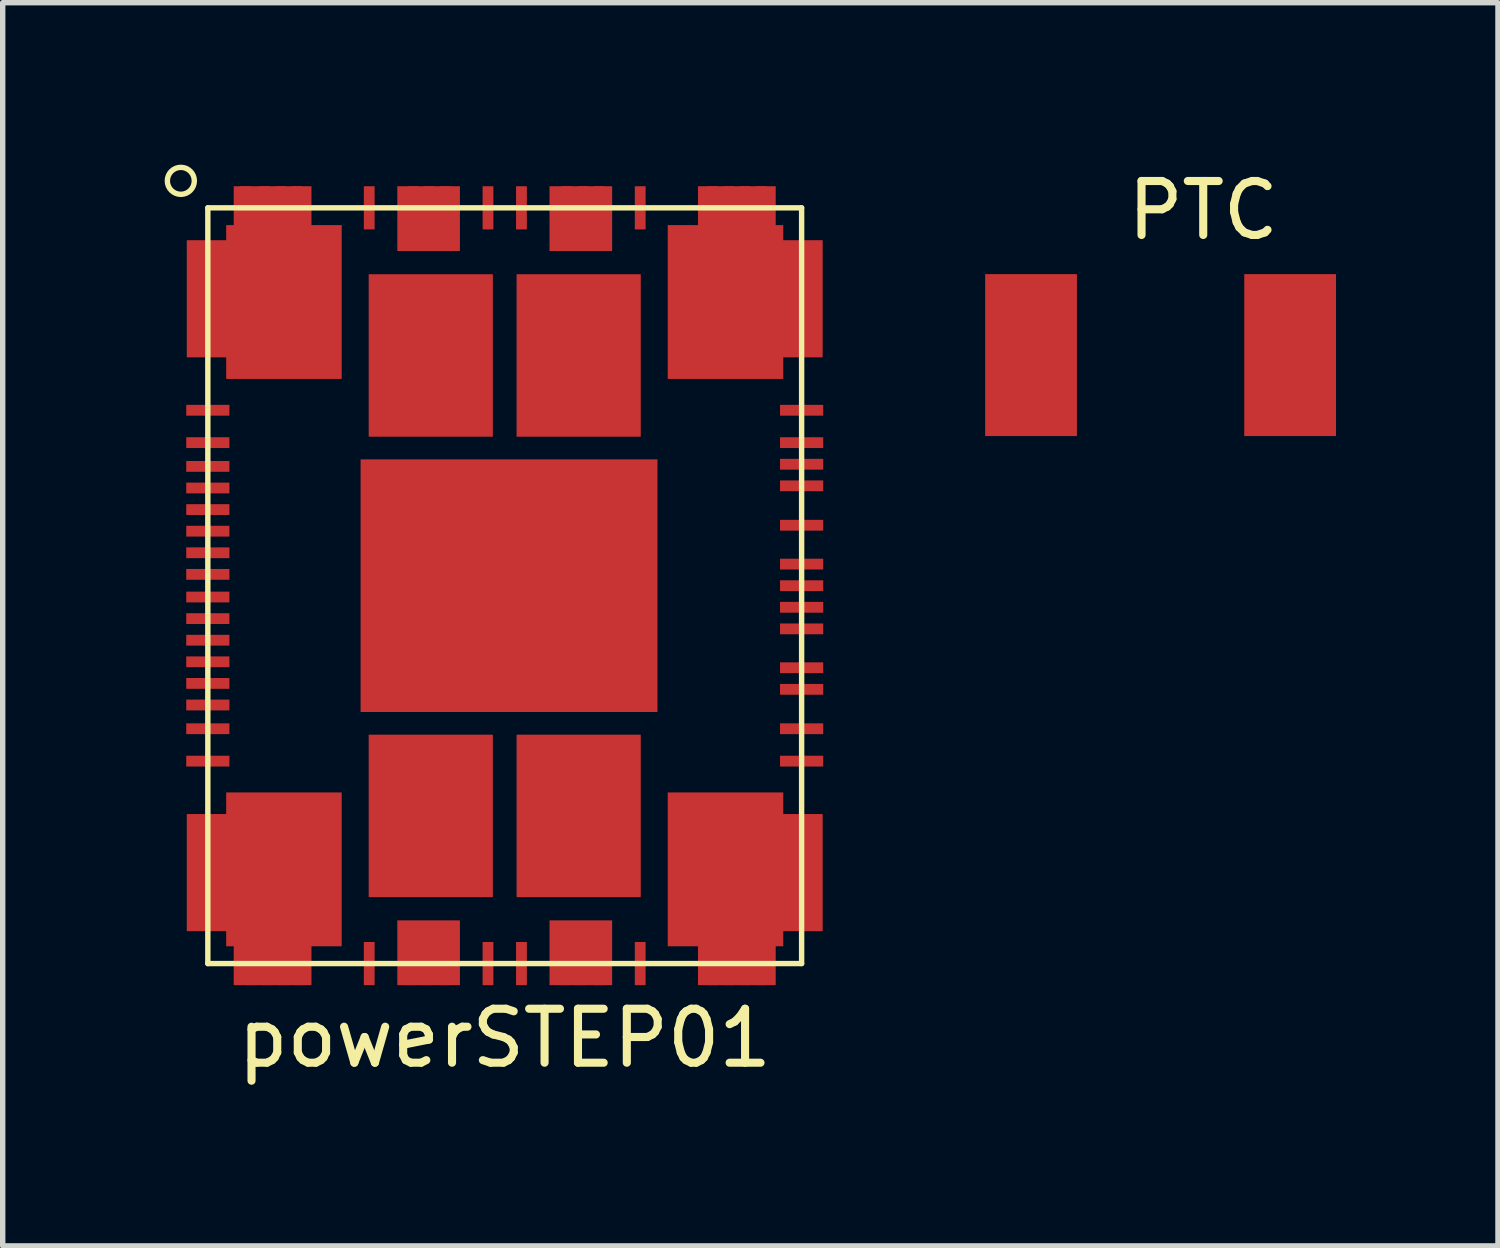
<source format=kicad_pcb>
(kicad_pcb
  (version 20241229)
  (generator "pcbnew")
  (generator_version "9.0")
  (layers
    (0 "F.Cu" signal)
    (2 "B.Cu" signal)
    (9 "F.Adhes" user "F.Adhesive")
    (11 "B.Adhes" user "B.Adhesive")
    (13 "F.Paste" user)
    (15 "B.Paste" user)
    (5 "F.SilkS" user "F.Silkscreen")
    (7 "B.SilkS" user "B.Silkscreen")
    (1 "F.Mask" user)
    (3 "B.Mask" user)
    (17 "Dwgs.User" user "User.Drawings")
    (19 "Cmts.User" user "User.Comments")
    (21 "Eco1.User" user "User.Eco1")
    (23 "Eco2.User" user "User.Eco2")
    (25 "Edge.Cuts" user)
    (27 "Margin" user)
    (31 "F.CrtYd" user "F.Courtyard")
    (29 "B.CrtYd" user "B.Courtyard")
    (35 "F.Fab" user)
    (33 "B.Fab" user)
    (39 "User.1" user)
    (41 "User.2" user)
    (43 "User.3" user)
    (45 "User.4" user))
  (footprint "powerSTEP01"
    (layer "F.Cu")
    (at 6.3 7.8)
    (property "Reference" "powerSTEP01" (at 0 8.382 0) (layer "F.SilkS") (effects (font (size 1 1) (thickness 0.15))))
    (attr through_hole)
    (fp_line (start -5.5 -7) (end 5.5 -7) (stroke (width 0.1) (type solid)) (layer "F.SilkS"))
    (fp_line (start -5.5 7) (end -5.5 -7) (stroke (width 0.1) (type solid)) (layer "F.SilkS"))
    (fp_line (start 5.5 -7) (end 5.5 7) (stroke (width 0.1) (type solid)) (layer "F.SilkS"))
    (fp_line (start 5.5 7) (end -5.5 7) (stroke (width 0.1) (type solid)) (layer "F.SilkS"))
    (fp_circle (center -6 -7.5) (end -5.75 -7.5) (stroke (width 0.1) (type solid)) (fill no) (layer "F.SilkS"))
    (pad "1" smd rect (at -5.45 -6.05) (size 0.8 0.2) (layers "F.Cu" "F.Mask"))
    (pad "2" smd rect (at -5.45 -5.75) (size 0.8 0.2) (layers "F.Cu" "F.Mask"))
    (pad "3" smd rect (at -5.45 -5.45) (size 0.8 0.2) (layers "F.Cu" "F.Mask"))
    (pad "4" smd rect (at -5.45 -5.15) (size 0.8 0.2) (layers "F.Cu" "F.Mask"))
    (pad "5" smd rect (at -5.45 -4.85) (size 0.8 0.2) (layers "F.Cu" "F.Mask"))
    (pad "6" smd rect (at -5.45 -4.55) (size 0.8 0.2) (layers "F.Cu" "F.Mask"))
    (pad "7" smd rect (at -5.5 -3.25) (size 0.8 0.2) (layers "F.Cu" "F.Mask" "F.Paste"))
    (pad "8" smd rect (at -5.5 -2.65) (size 0.8 0.2) (layers "F.Cu" "F.Mask" "F.Paste"))
    (pad "9" smd rect (at -5.5 -2.21) (size 0.8 0.2) (layers "F.Cu" "F.Mask" "F.Paste"))
    (pad "10" smd rect (at -5.5 -1.81) (size 0.8 0.2) (layers "F.Cu" "F.Mask" "F.Paste"))
    (pad "11" smd rect (at -5.5 -1.41) (size 0.8 0.2) (layers "F.Cu" "F.Mask" "F.Paste"))
    (pad "12" smd rect (at -5.5 -1.01) (size 0.8 0.2) (layers "F.Cu" "F.Mask" "F.Paste"))
    (pad "13" smd rect (at -5.5 -0.61) (size 0.8 0.2) (layers "F.Cu" "F.Mask" "F.Paste"))
    (pad "14" smd rect (at -5.5 -0.21) (size 0.8 0.2) (layers "F.Cu" "F.Mask" "F.Paste"))
    (pad "15" smd rect (at -5.5 0.21) (size 0.8 0.2) (layers "F.Cu" "F.Mask" "F.Paste"))
    (pad "16" smd rect (at -5.5 0.61) (size 0.8 0.2) (layers "F.Cu" "F.Mask" "F.Paste"))
    (pad "17" smd rect (at -5.5 1.01) (size 0.8 0.2) (layers "F.Cu" "F.Mask" "F.Paste"))
    (pad "18" smd rect (at -5.5 1.41) (size 0.8 0.2) (layers "F.Cu" "F.Mask" "F.Paste"))
    (pad "19" smd rect (at -5.5 1.81) (size 0.8 0.2) (layers "F.Cu" "F.Mask" "F.Paste"))
    (pad "20" smd rect (at -5.5 2.21) (size 0.8 0.2) (layers "F.Cu" "F.Mask" "F.Paste"))
    (pad "21" smd rect (at -5.5 2.65) (size 0.8 0.2) (layers "F.Cu" "F.Mask" "F.Paste"))
    (pad "22" smd rect (at -5.5 3.25) (size 0.8 0.2) (layers "F.Cu" "F.Mask" "F.Paste"))
    (pad "23" smd rect (at -5.45 4.55) (size 0.8 0.2) (layers "F.Cu" "F.Mask"))
    (pad "24" smd rect (at -5.45 4.85) (size 0.8 0.2) (layers "F.Cu" "F.Mask"))
    (pad "25" smd rect (at -5.45 5.15) (size 0.8 0.2) (layers "F.Cu" "F.Mask"))
    (pad "26" smd rect (at -5.45 5.45) (size 0.8 0.2) (layers "F.Cu" "F.Mask"))
    (pad "27" smd rect (at -5.45 5.75) (size 0.8 0.2) (layers "F.Cu" "F.Mask"))
    (pad "28" smd rect (at -5.45 6.05) (size 0.8 0.2) (layers "F.Cu" "F.Mask"))
    (pad "29" smd rect (at -4.7 7 90) (size 0.8 0.2) (layers "F.Cu" "F.Mask"))
    (pad "30" smd rect (at -4.4 7 90) (size 0.8 0.2) (layers "F.Cu" "F.Mask"))
    (pad "31" smd rect (at -4.1 7 90) (size 0.8 0.2) (layers "F.Cu" "F.Mask"))
    (pad "32" smd rect (at -3.8 7 90) (size 0.8 0.2) (layers "F.Cu" "F.Mask"))
    (pad "33" smd rect (at -2.51 7) (size 0.2 0.8) (layers "F.Cu" "F.Mask" "F.Paste"))
    (pad "34" smd rect (at -1.75 7 90) (size 0.8 0.2) (layers "F.Cu" "F.Mask"))
    (pad "35" smd rect (at -1.45 7 90) (size 0.8 0.2) (layers "F.Cu" "F.Mask"))
    (pad "36" smd rect (at -1.1 7 90) (size 0.8 0.2) (layers "F.Cu" "F.Mask"))
    (pad "37" smd rect (at -0.31 7) (size 0.2 0.8) (layers "F.Cu" "F.Mask" "F.Paste"))
    (pad "38" smd rect (at 0.31 7) (size 0.2 0.8) (layers "F.Cu" "F.Mask" "F.Paste"))
    (pad "39" smd rect (at 1.1 7 90) (size 0.8 0.2) (layers "F.Cu" "F.Mask"))
    (pad "40" smd rect (at 1.4 7 90) (size 0.8 0.2) (layers "F.Cu" "F.Mask"))
    (pad "41" smd rect (at 1.75 7 90) (size 0.8 0.2) (layers "F.Cu" "F.Mask"))
    (pad "42" smd rect (at 2.51 7) (size 0.2 0.8) (layers "F.Cu" "F.Mask" "F.Paste"))
    (pad "43" smd rect (at 3.85 7 90) (size 0.8 0.2) (layers "F.Cu" "F.Mask"))
    (pad "44" smd rect (at 4.15 7 90) (size 0.8 0.2) (layers "F.Cu" "F.Mask"))
    (pad "45" smd rect (at 4.45 7 90) (size 0.8 0.2) (layers "F.Cu" "F.Mask"))
    (pad "46" smd rect (at 4.75 7 90) (size 0.8 0.2) (layers "F.Cu" "F.Mask"))
    (pad "47" smd rect (at 5.45 6.05) (size 0.8 0.2) (layers "F.Cu" "F.Mask"))
    (pad "48" smd rect (at 5.45 5.75) (size 0.8 0.2) (layers "F.Cu" "F.Mask"))
    (pad "49" smd rect (at 5.45 5.45) (size 0.8 0.2) (layers "F.Cu" "F.Mask"))
    (pad "50" smd rect (at 5.45 5.15) (size 0.8 0.2) (layers "F.Cu" "F.Mask"))
    (pad "51" smd rect (at 5.45 4.85) (size 0.8 0.2) (layers "F.Cu" "F.Mask"))
    (pad "52" smd rect (at 5.45 4.55) (size 0.8 0.2) (layers "F.Cu" "F.Mask"))
    (pad "53" smd rect (at 5.5 3.25) (size 0.8 0.2) (layers "F.Cu" "F.Mask" "F.Paste"))
    (pad "54" smd rect (at 5.5 2.65) (size 0.8 0.2) (layers "F.Cu" "F.Mask" "F.Paste"))
    (pad "55" smd rect (at 5.5 1.92) (size 0.8 0.2) (layers "F.Cu" "F.Mask" "F.Paste"))
    (pad "56" smd rect (at 5.5 1.52) (size 0.8 0.2) (layers "F.Cu" "F.Mask" "F.Paste"))
    (pad "57" smd rect (at 5.5 0.8) (size 0.8 0.2) (layers "F.Cu" "F.Mask" "F.Paste"))
    (pad "58" smd rect (at 5.5 0.4) (size 0.8 0.2) (layers "F.Cu" "F.Mask" "F.Paste"))
    (pad "59" smd rect (at 5.5 0) (size 0.8 0.2) (layers "F.Cu" "F.Mask" "F.Paste"))
    (pad "60" smd rect (at 5.5 -0.4) (size 0.8 0.2) (layers "F.Cu" "F.Mask" "F.Paste"))
    (pad "61" smd rect (at 5.5 -1.12) (size 0.8 0.2) (layers "F.Cu" "F.Mask" "F.Paste"))
    (pad "62" smd rect (at 5.5 -1.85) (size 0.8 0.2) (layers "F.Cu" "F.Mask" "F.Paste"))
    (pad "63" smd rect (at 5.5 -2.25) (size 0.8 0.2) (layers "F.Cu" "F.Mask" "F.Paste"))
    (pad "64" smd rect (at 5.5 -2.65) (size 0.8 0.2) (layers "F.Cu" "F.Mask" "F.Paste"))
    (pad "65" smd rect (at 5.5 -3.25) (size 0.8 0.2) (layers "F.Cu" "F.Mask" "F.Paste"))
    (pad "66" smd rect (at 5.45 -4.55) (size 0.8 0.2) (layers "F.Cu" "F.Mask"))
    (pad "67" smd rect (at 5.45 -4.85) (size 0.8 0.2) (layers "F.Cu" "F.Mask"))
    (pad "68" smd rect (at 5.45 -5.15) (size 0.8 0.2) (layers "F.Cu" "F.Mask"))
    (pad "69" smd rect (at 5.45 -5.45) (size 0.8 0.2) (layers "F.Cu" "F.Mask"))
    (pad "70" smd rect (at 5.45 -5.75) (size 0.8 0.2) (layers "F.Cu" "F.Mask"))
    (pad "71" smd rect (at 5.45 -6.05) (size 0.8 0.2) (layers "F.Cu" "F.Mask"))
    (pad "72" smd rect (at 4.75 -7 90) (size 0.8 0.2) (layers "F.Cu" "F.Mask"))
    (pad "73" smd rect (at 4.45 -7 90) (size 0.8 0.2) (layers "F.Cu" "F.Mask"))
    (pad "74" smd rect (at 4.15 -7 90) (size 0.8 0.2) (layers "F.Cu" "F.Mask"))
    (pad "75" smd rect (at 3.85 -7 90) (size 0.8 0.2) (layers "F.Cu" "F.Mask"))
    (pad "76" smd rect (at 2.51 -7) (size 0.2 0.8) (layers "F.Cu" "F.Mask" "F.Paste"))
    (pad "77" smd rect (at 1.75 -7 90) (size 0.8 0.2) (layers "F.Cu" "F.Mask"))
    (pad "78" smd rect (at 1.45 -7 90) (size 0.8 0.2) (layers "F.Cu" "F.Mask"))
    (pad "79" smd rect (at 1.15 -7 90) (size 0.8 0.2) (layers "F.Cu" "F.Mask"))
    (pad "80" smd rect (at 0.31 -7) (size 0.2 0.8) (layers "F.Cu" "F.Mask" "F.Paste"))
    (pad "81" smd rect (at -0.31 -7) (size 0.2 0.8) (layers "F.Cu" "F.Mask" "F.Paste"))
    (pad "82" smd rect (at -1.1 -7 90) (size 0.8 0.2) (layers "F.Cu" "F.Mask"))
    (pad "83" smd rect (at -1.4 -7 90) (size 0.8 0.2) (layers "F.Cu" "F.Mask"))
    (pad "84" smd rect (at -1.7 -7 90) (size 0.8 0.2) (layers "F.Cu" "F.Mask"))
    (pad "85" smd rect (at -2.51 -7) (size 0.2 0.8) (layers "F.Cu" "F.Mask" "F.Paste"))
    (pad "86" smd rect (at -3.85 -7 90) (size 0.8 0.2) (layers "F.Cu" "F.Mask"))
    (pad "87" smd rect (at -4.15 -7 90) (size 0.8 0.2) (layers "F.Cu" "F.Mask"))
    (pad "88" smd rect (at -4.45 -7 90) (size 0.8 0.2) (layers "F.Cu" "F.Mask"))
    (pad "89" smd rect (at -4.8 -7 90) (size 0.8 0.2) (layers "F.Cu" "F.Mask"))
    (pad "E1" smd custom (at -4.09 -5.255) (size 2.14 2.85) (layers "F.Cu" "F.Mask" "F.Paste") (options (anchor rect)) (primitives (gr_poly (pts (xy -1.8 1.025) (xy -1.8 -1.145) (xy -1.06 -1.145) (xy -1.06 1.025)) (width 0) (fill yes)) (gr_poly (pts (xy -0.93 -2.145) (xy 0.51 -2.145) (xy 0.51 -1.425) (xy -0.93 -1.425)) (width 0) (fill yes))))
    (pad "E2" smd custom (at -4.09 5.255) (size 2.14 2.85) (layers "F.Cu" "F.Mask" "F.Paste") (options (anchor rect)) (primitives (gr_poly (pts (xy -1.8 -1.025) (xy -1.8 1.145) (xy -1.06 1.145) (xy -1.06 -1.025)) (width 0) (fill yes)) (gr_poly (pts (xy -0.93 2.145) (xy 0.51 2.145) (xy 0.51 1.425) (xy -0.93 1.425)) (width 0) (fill yes))))
    (pad "E3" smd rect (at -1.37 4.265) (size 2.3 3.01) (layers "F.Cu" "F.Mask" "F.Paste"))
    (pad "E4" smd rect (at 1.37 4.265) (size 2.3 3.01) (layers "F.Cu" "F.Mask" "F.Paste"))
    (pad "E5" smd custom (at 4.09 5.255) (size 2.14 2.85) (layers "F.Cu" "F.Mask" "F.Paste") (options (anchor rect)) (primitives (gr_poly (pts (xy 1.8 -1.025) (xy 1.8 1.145) (xy 1.06 1.145) (xy 1.06 -1.025)) (width 0) (fill yes)) (gr_poly (pts (xy 0.93 2.145) (xy -0.51 2.145) (xy -0.51 1.425) (xy 0.93 1.425)) (width 0) (fill yes))))
    (pad "E6" smd custom (at 4.09 -5.255) (size 2.14 2.85) (layers "F.Cu" "F.Mask" "F.Paste") (options (anchor rect)) (primitives (gr_poly (pts (xy 1.8 1.025) (xy 1.8 -1.145) (xy 1.06 -1.145) (xy 1.06 1.025)) (width 0) (fill yes)) (gr_poly (pts (xy 0.93 -2.145) (xy -0.51 -2.145) (xy -0.51 -1.425) (xy 0.93 -1.425)) (width 0) (fill yes))))
    (pad "E7" smd rect (at 1.37 -4.265) (size 2.3 3.01) (layers "F.Cu" "F.Mask" "F.Paste"))
    (pad "E8" smd rect (at -1.37 -4.265) (size 2.3 3.01) (layers "F.Cu" "F.Mask" "F.Paste"))
    (pad "E9" smd rect (at 0 0) (size 5.5 4.68) (drill (offset 0.08 0)) (layers "F.Cu" "F.Mask" "F.Paste"))
    (pad "E10" smd rect (at -1.41 6.8) (size 1.16 1.2) (layers "F.Cu" "F.Mask" "F.Paste"))
    (pad "E11" smd rect (at 1.41 6.8) (size 1.16 1.2) (layers "F.Cu" "F.Mask" "F.Paste"))
    (pad "E12" smd rect (at 1.41 -6.8) (size 1.16 1.2) (layers "F.Cu" "F.Mask" "F.Paste"))
    (pad "E13" smd rect (at -1.41 -6.8) (size 1.16 1.2) (layers "F.Cu" "F.Mask" "F.Paste")))
  (footprint "PTC"
    (layer "F.Cu")
    (at 16.05 3.528)
    (property "Reference" "PTC" (at 3.19 -2.68 0) (layer "F.SilkS") (effects (font (size 1 1) (thickness 0.15))))
    (attr smd)
    (pad "1" smd rect (at 0 0) (size 1.7 3) (layers "F.Cu" "F.Mask" "F.Paste"))
    (pad "2" smd rect (at 4.8 0) (size 1.7 3) (layers "F.Cu" "F.Mask" "F.Paste")))
  (gr_rect
    (start -3 -3)
    (end 24.7 20.03)
    (stroke (width 0.1) (type default))
    (fill no)
    (layer "Edge.Cuts")))
</source>
